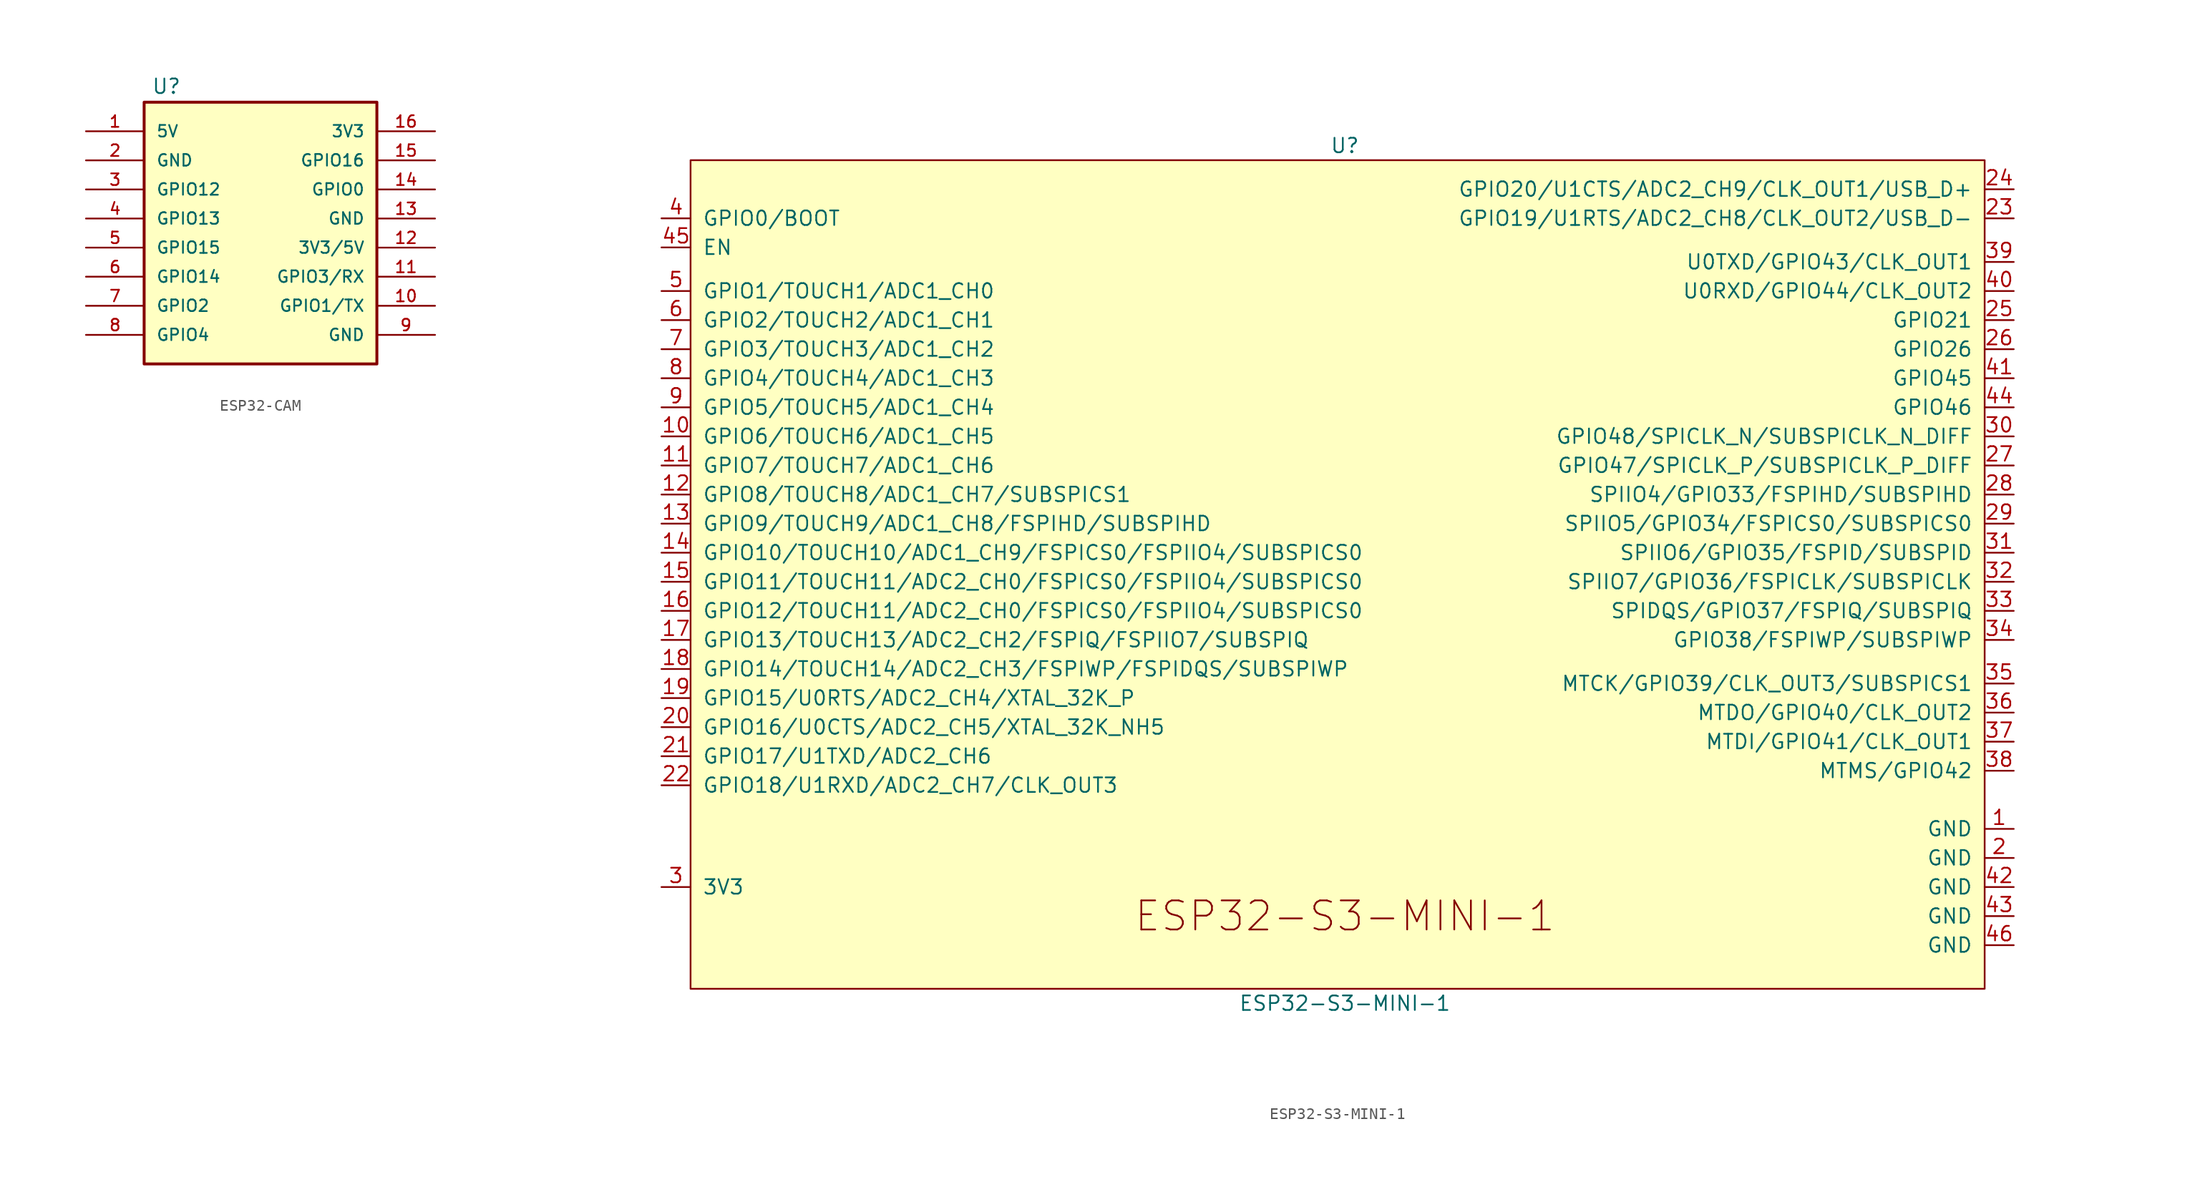
<source format=kicad_sym>
(kicad_symbol_lib
  (version 20211014)
  (generator kicad_symbol_editor)
  (symbol "ESP32-CAM"
    (pin_names
      (offset 1.016))
    (property "Reference" "U"
      (at -9.525 18.415 0)
      (effects (font (size 1.27 1.27)) (justify left bottom)))
    (property "ki_locked" ""
      (at 0 0 0)
      (effects (font (size 1.27 1.27))))
    (symbol "ESP32-CAM_0_0"
      (rectangle (start -10.16 -5.08) (end 10.16 17.78) (stroke (width 0.254) (type default) (color 0 0 0 0)) (fill (type background)))
      (pin power_in line (at -15.24 15.24 0) (length 5.08) (name "5V" (effects (font (size 1.016 1.016)))) (number "1" (effects (font (size 1.016 1.016)))))
      (pin bidirectional line (at 15.24 0 180) (length 5.08) (name "GPIO1/TX" (effects (font (size 1.016 1.016)))) (number "10" (effects (font (size 1.016 1.016)))))
      (pin bidirectional line (at 15.24 2.54 180) (length 5.08) (name "GPIO3/RX" (effects (font (size 1.016 1.016)))) (number "11" (effects (font (size 1.016 1.016)))))
      (pin power_in line (at 15.24 5.08 180) (length 5.08) (name "3V3/5V" (effects (font (size 1.016 1.016)))) (number "12" (effects (font (size 1.016 1.016)))))
      (pin power_in line (at 15.24 7.62 180) (length 5.08) (name "GND" (effects (font (size 1.016 1.016)))) (number "13" (effects (font (size 1.016 1.016)))))
      (pin bidirectional line (at 15.24 10.16 180) (length 5.08) (name "GPIO0" (effects (font (size 1.016 1.016)))) (number "14" (effects (font (size 1.016 1.016)))))
      (pin bidirectional line (at 15.24 12.7 180) (length 5.08) (name "GPIO16" (effects (font (size 1.016 1.016)))) (number "15" (effects (font (size 1.016 1.016)))))
      (pin power_in line (at 15.24 15.24 180) (length 5.08) (name "3V3" (effects (font (size 1.016 1.016)))) (number "16" (effects (font (size 1.016 1.016)))))
      (pin power_in line (at -15.24 12.7 0) (length 5.08) (name "GND" (effects (font (size 1.016 1.016)))) (number "2" (effects (font (size 1.016 1.016)))))
      (pin bidirectional line (at -15.24 10.16 0) (length 5.08) (name "GPIO12" (effects (font (size 1.016 1.016)))) (number "3" (effects (font (size 1.016 1.016)))))
      (pin bidirectional line (at -15.24 7.62 0) (length 5.08) (name "GPIO13" (effects (font (size 1.016 1.016)))) (number "4" (effects (font (size 1.016 1.016)))))
      (pin bidirectional line (at -15.24 5.08 0) (length 5.08) (name "GPIO15" (effects (font (size 1.016 1.016)))) (number "5" (effects (font (size 1.016 1.016)))))
      (pin bidirectional line (at -15.24 2.54 0) (length 5.08) (name "GPIO14" (effects (font (size 1.016 1.016)))) (number "6" (effects (font (size 1.016 1.016)))))
      (pin bidirectional line (at -15.24 0 0) (length 5.08) (name "GPIO2" (effects (font (size 1.016 1.016)))) (number "7" (effects (font (size 1.016 1.016)))))
      (pin bidirectional line (at -15.24 -2.54 0) (length 5.08) (name "GPIO4" (effects (font (size 1.016 1.016)))) (number "8" (effects (font (size 1.016 1.016)))))
      (pin power_in line (at 15.24 -2.54 180) (length 5.08) (name "GND" (effects (font (size 1.016 1.016)))) (number "9" (effects (font (size 1.016 1.016)))))))
  (symbol "ESP32-S3-MINI-1"
    (pin_names
      (offset 1.016))
    (property "Reference" "U"
      (at 0 35.56 0)
      (effects (font (size 1.27 1.27))))
    (property "Value" "ESP32-S3-MINI-1"
      (at 0 -39.37 0)
      (effects (font (size 1.27 1.27))))
    (symbol "ESP32-S3-MINI-1_0_0"
      (rectangle (start -57.15 34.29) (end 55.88 -38.1) (stroke (width 0) (type default) (color 0 0 0 0)) (fill (type background)))
      (text "ESP32-S3-MINI-1" (at 0 -31.75 0) (effects (font (size 2.54 2.54))))
      (pin power_in line (at 58.42 -24.13 180) (length 2.54) (name "GND" (effects (font (size 1.27 1.27)))) (number "1" (effects (font (size 1.27 1.27)))))
      (pin bidirectional line (at -59.69 10.16 0) (length 2.54) (name "GPIO6/TOUCH6/ADC1_CH5" (effects (font (size 1.27 1.27)))) (number "10" (effects (font (size 1.27 1.27)))))
      (pin bidirectional line (at -59.69 7.62 0) (length 2.54) (name "GPIO7/TOUCH7/ADC1_CH6" (effects (font (size 1.27 1.27)))) (number "11" (effects (font (size 1.27 1.27)))))
      (pin bidirectional line (at -59.69 5.08 0) (length 2.54) (name "GPIO8/TOUCH8/ADC1_CH7/SUBSPICS1" (effects (font (size 1.27 1.27)))) (number "12" (effects (font (size 1.27 1.27)))))
      (pin bidirectional line (at -59.69 2.54 0) (length 2.54) (name "GPIO9/TOUCH9/ADC1_CH8/FSPIHD/SUBSPIHD" (effects (font (size 1.27 1.27)))) (number "13" (effects (font (size 1.27 1.27)))))
      (pin bidirectional line (at -59.69 0 0) (length 2.54) (name "GPIO10/TOUCH10/ADC1_CH9/FSPICS0/FSPIIO4/SUBSPICS0" (effects (font (size 1.27 1.27)))) (number "14" (effects (font (size 1.27 1.27)))))
      (pin bidirectional line (at -59.69 -2.54 0) (length 2.54) (name "GPIO11/TOUCH11/ADC2_CH0/FSPICS0/FSPIIO4/SUBSPICS0" (effects (font (size 1.27 1.27)))) (number "15" (effects (font (size 1.27 1.27)))))
      (pin bidirectional line (at -59.69 -5.08 0) (length 2.54) (name "GPIO12/TOUCH11/ADC2_CH0/FSPICS0/FSPIIO4/SUBSPICS0" (effects (font (size 1.27 1.27)))) (number "16" (effects (font (size 1.27 1.27)))))
      (pin bidirectional line (at -59.69 -7.62 0) (length 2.54) (name "GPIO13/TOUCH13/ADC2_CH2/FSPIQ/FSPIIO7/SUBSPIQ" (effects (font (size 1.27 1.27)))) (number "17" (effects (font (size 1.27 1.27)))))
      (pin bidirectional line (at -59.69 -10.16 0) (length 2.54) (name "GPIO14/TOUCH14/ADC2_CH3/FSPIWP/FSPIDQS/SUBSPIWP" (effects (font (size 1.27 1.27)))) (number "18" (effects (font (size 1.27 1.27)))))
      (pin bidirectional line (at -59.69 -12.7 0) (length 2.54) (name "GPIO15/U0RTS/ADC2_CH4/XTAL_32K_P" (effects (font (size 1.27 1.27)))) (number "19" (effects (font (size 1.27 1.27)))))
      (pin power_in line (at 58.42 -26.67 180) (length 2.54) (name "GND" (effects (font (size 1.27 1.27)))) (number "2" (effects (font (size 1.27 1.27)))))
      (pin bidirectional line (at -59.69 -15.24 0) (length 2.54) (name "GPIO16/U0CTS/ADC2_CH5/XTAL_32K_NH5" (effects (font (size 1.27 1.27)))) (number "20" (effects (font (size 1.27 1.27)))))
      (pin bidirectional line (at -59.69 -17.78 0) (length 2.54) (name "GPIO17/U1TXD/ADC2_CH6" (effects (font (size 1.27 1.27)))) (number "21" (effects (font (size 1.27 1.27)))))
      (pin bidirectional line (at -59.69 -20.32 0) (length 2.54) (name "GPIO18/U1RXD/ADC2_CH7/CLK_OUT3" (effects (font (size 1.27 1.27)))) (number "22" (effects (font (size 1.27 1.27)))))
      (pin bidirectional line (at 58.42 29.21 180) (length 2.54) (name "GPIO19/U1RTS/ADC2_CH8/CLK_OUT2/USB_D-" (effects (font (size 1.27 1.27)))) (number "23" (effects (font (size 1.27 1.27)))))
      (pin bidirectional line (at 58.42 31.75 180) (length 2.54) (name "GPIO20/U1CTS/ADC2_CH9/CLK_OUT1/USB_D+" (effects (font (size 1.27 1.27)))) (number "24" (effects (font (size 1.27 1.27)))))
      (pin bidirectional line (at 58.42 20.32 180) (length 2.54) (name "GPIO21" (effects (font (size 1.27 1.27)))) (number "25" (effects (font (size 1.27 1.27)))))
      (pin bidirectional line (at 58.42 17.78 180) (length 2.54) (name "GPIO26" (effects (font (size 1.27 1.27)))) (number "26" (effects (font (size 1.27 1.27)))))
      (pin bidirectional line (at 58.42 7.62 180) (length 2.54) (name "GPIO47/SPICLK_P/SUBSPICLK_P_DIFF" (effects (font (size 1.27 1.27)))) (number "27" (effects (font (size 1.27 1.27)))))
      (pin bidirectional line (at 58.42 5.08 180) (length 2.54) (name "SPIIO4/GPIO33/FSPIHD/SUBSPIHD" (effects (font (size 1.27 1.27)))) (number "28" (effects (font (size 1.27 1.27)))))
      (pin bidirectional line (at 58.42 2.54 180) (length 2.54) (name "SPIIO5/GPIO34/FSPICS0/SUBSPICS0" (effects (font (size 1.27 1.27)))) (number "29" (effects (font (size 1.27 1.27)))))
      (pin power_in line (at -59.69 -29.21 0) (length 2.54) (name "3V3" (effects (font (size 1.27 1.27)))) (number "3" (effects (font (size 1.27 1.27)))))
      (pin bidirectional line (at 58.42 10.16 180) (length 2.54) (name "GPIO48/SPICLK_N/SUBSPICLK_N_DIFF" (effects (font (size 1.27 1.27)))) (number "30" (effects (font (size 1.27 1.27)))))
      (pin bidirectional line (at 58.42 0 180) (length 2.54) (name "SPIIO6/GPIO35/FSPID/SUBSPID" (effects (font (size 1.27 1.27)))) (number "31" (effects (font (size 1.27 1.27)))))
      (pin bidirectional line (at 58.42 -2.54 180) (length 2.54) (name "SPIIO7/GPIO36/FSPICLK/SUBSPICLK" (effects (font (size 1.27 1.27)))) (number "32" (effects (font (size 1.27 1.27)))))
      (pin bidirectional line (at 58.42 -5.08 180) (length 2.54) (name "SPIDQS/GPIO37/FSPIQ/SUBSPIQ" (effects (font (size 1.27 1.27)))) (number "33" (effects (font (size 1.27 1.27)))))
      (pin bidirectional line (at 58.42 -7.62 180) (length 2.54) (name "GPIO38/FSPIWP/SUBSPIWP" (effects (font (size 1.27 1.27)))) (number "34" (effects (font (size 1.27 1.27)))))
      (pin bidirectional line (at 58.42 -11.43 180) (length 2.54) (name "MTCK/GPIO39/CLK_OUT3/SUBSPICS1" (effects (font (size 1.27 1.27)))) (number "35" (effects (font (size 1.27 1.27)))))
      (pin bidirectional line (at 58.42 -13.97 180) (length 2.54) (name "MTDO/GPIO40/CLK_OUT2" (effects (font (size 1.27 1.27)))) (number "36" (effects (font (size 1.27 1.27)))))
      (pin bidirectional line (at 58.42 -16.51 180) (length 2.54) (name "MTDI/GPIO41/CLK_OUT1" (effects (font (size 1.27 1.27)))) (number "37" (effects (font (size 1.27 1.27)))))
      (pin bidirectional line (at 58.42 -19.05 180) (length 2.54) (name "MTMS/GPIO42" (effects (font (size 1.27 1.27)))) (number "38" (effects (font (size 1.27 1.27)))))
      (pin bidirectional line (at 58.42 25.4 180) (length 2.54) (name "U0TXD/GPIO43/CLK_OUT1" (effects (font (size 1.27 1.27)))) (number "39" (effects (font (size 1.27 1.27)))))
      (pin bidirectional line (at -59.69 29.21 0) (length 2.54) (name "GPIO0/BOOT" (effects (font (size 1.27 1.27)))) (number "4" (effects (font (size 1.27 1.27)))))
      (pin bidirectional line (at 58.42 22.86 180) (length 2.54) (name "U0RXD/GPIO44/CLK_OUT2" (effects (font (size 1.27 1.27)))) (number "40" (effects (font (size 1.27 1.27)))))
      (pin bidirectional line (at 58.42 15.24 180) (length 2.54) (name "GPIO45" (effects (font (size 1.27 1.27)))) (number "41" (effects (font (size 1.27 1.27)))))
      (pin power_in line (at 58.42 -29.21 180) (length 2.54) (name "GND" (effects (font (size 1.27 1.27)))) (number "42" (effects (font (size 1.27 1.27)))))
      (pin power_in line (at 58.42 -31.75 180) (length 2.54) (name "GND" (effects (font (size 1.27 1.27)))) (number "43" (effects (font (size 1.27 1.27)))))
      (pin bidirectional line (at 58.42 12.7 180) (length 2.54) (name "GPIO46" (effects (font (size 1.27 1.27)))) (number "44" (effects (font (size 1.27 1.27)))))
      (pin input line (at -59.69 26.67 0) (length 2.54) (name "EN" (effects (font (size 1.27 1.27)))) (number "45" (effects (font (size 1.27 1.27)))))
      (pin power_in line (at 58.42 -34.29 180) (length 2.54) (name "GND" (effects (font (size 1.27 1.27)))) (number "46" (effects (font (size 1.27 1.27)))))
      (pin bidirectional line (at -59.69 22.86 0) (length 2.54) (name "GPIO1/TOUCH1/ADC1_CH0" (effects (font (size 1.27 1.27)))) (number "5" (effects (font (size 1.27 1.27)))))
      (pin bidirectional line (at -59.69 20.32 0) (length 2.54) (name "GPIO2/TOUCH2/ADC1_CH1" (effects (font (size 1.27 1.27)))) (number "6" (effects (font (size 1.27 1.27)))))
      (pin bidirectional line (at -59.69 17.78 0) (length 2.54) (name "GPIO3/TOUCH3/ADC1_CH2" (effects (font (size 1.27 1.27)))) (number "7" (effects (font (size 1.27 1.27)))))
      (pin bidirectional line (at -59.69 15.24 0) (length 2.54) (name "GPIO4/TOUCH4/ADC1_CH3" (effects (font (size 1.27 1.27)))) (number "8" (effects (font (size 1.27 1.27)))))
      (pin bidirectional line (at -59.69 12.7 0) (length 2.54) (name "GPIO5/TOUCH5/ADC1_CH4" (effects (font (size 1.27 1.27)))) (number "9" (effects (font (size 1.27 1.27))))))))
</source>
